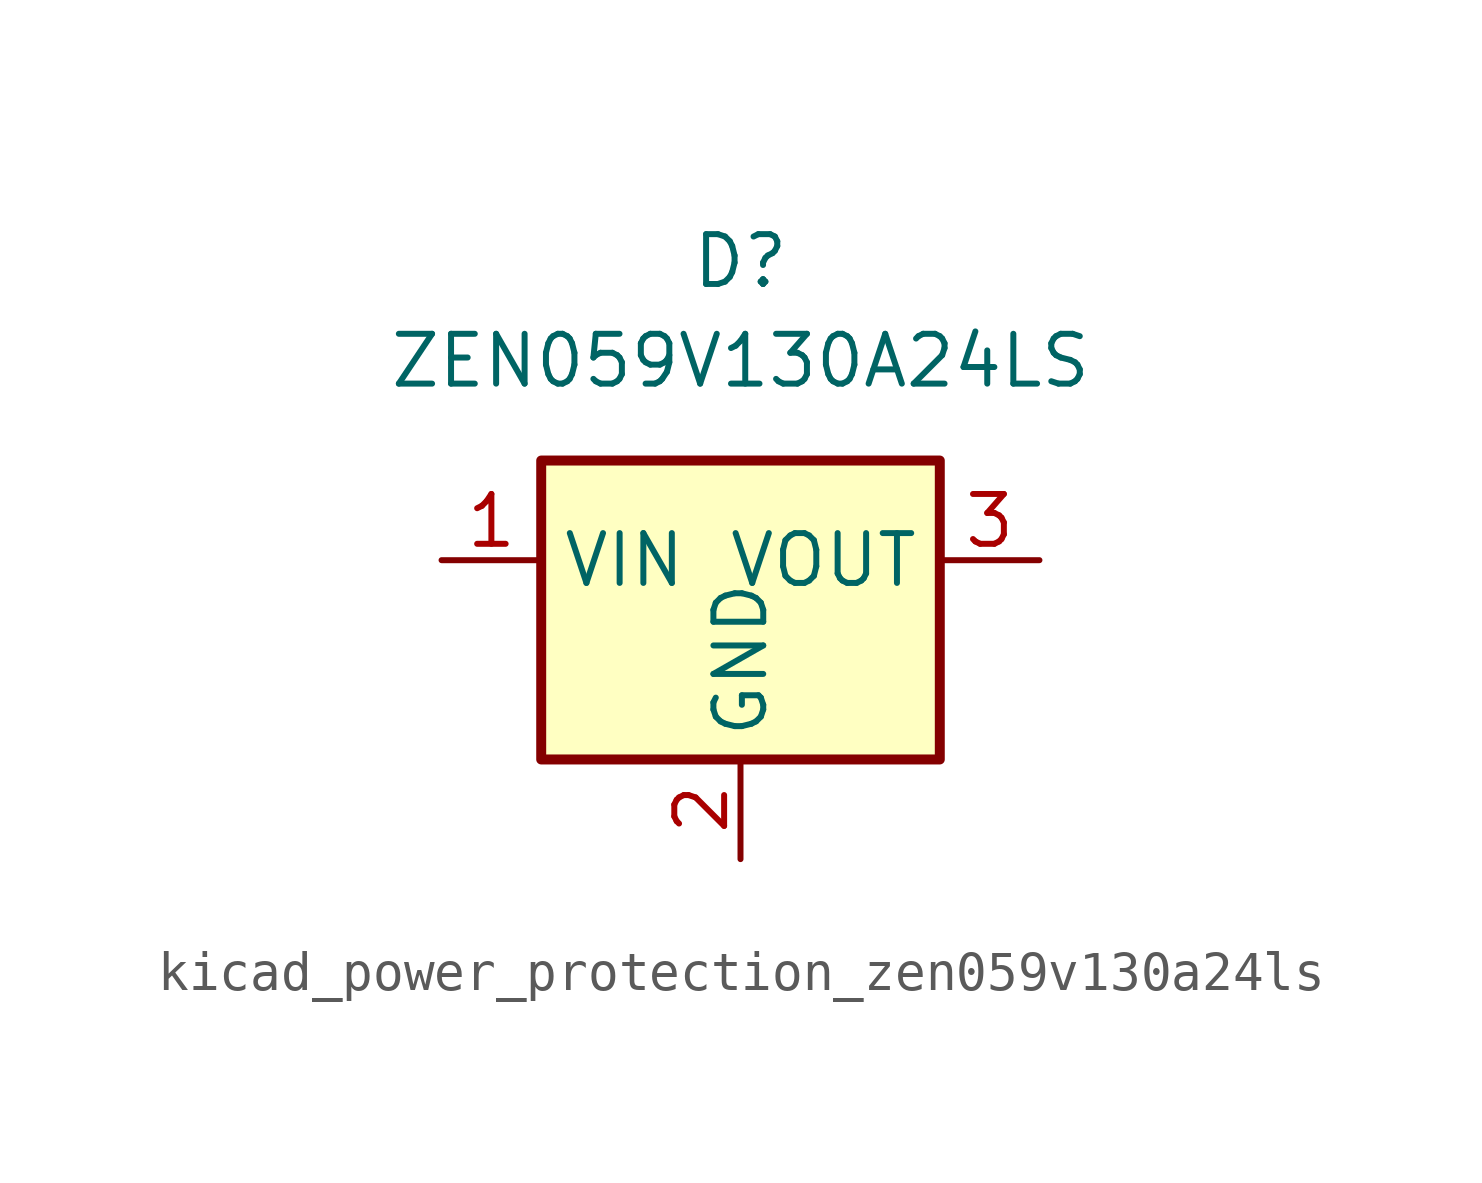
<source format=kicad_sym>
(kicad_symbol_lib
  (version 20220914)
  (generator kicad_symbol_editor)
  (symbol "kicad_power_protection_zen059v130a24ls"
    (property "Reference" "D"
      (at 0 10.16 0)
      (effects (font (size 1.27 1.27))))
    (property "Value" "ZEN059V130A24LS"
      (at 0 7.62 0)
      (effects (font (size 1.27 1.27))))
    (symbol "kicad_power_protection_zen059v130a24ls_0_1"
      (rectangle (start -5.08 5.08) (end 5.08 -2.54) (stroke (width 0.254) (type default)) (fill (type background))))
    (symbol "kicad_power_protection_zen059v130a24ls_1_1"
      (pin passive line (at -7.62 2.54 0) (length 2.54) (name "VIN" (effects (font (size 1.27 1.27)))) (number "1" (effects (font (size 1.27 1.27)))))
      (pin power_in line (at 0 -5.08 90) (length 2.54) (name "GND" (effects (font (size 1.27 1.27)))) (number "2" (effects (font (size 1.27 1.27)))))
      (pin passive line (at 7.62 2.54 180) (length 2.54) (name "VOUT" (effects (font (size 1.27 1.27)))) (number "3" (effects (font (size 1.27 1.27))))))))
</source>
